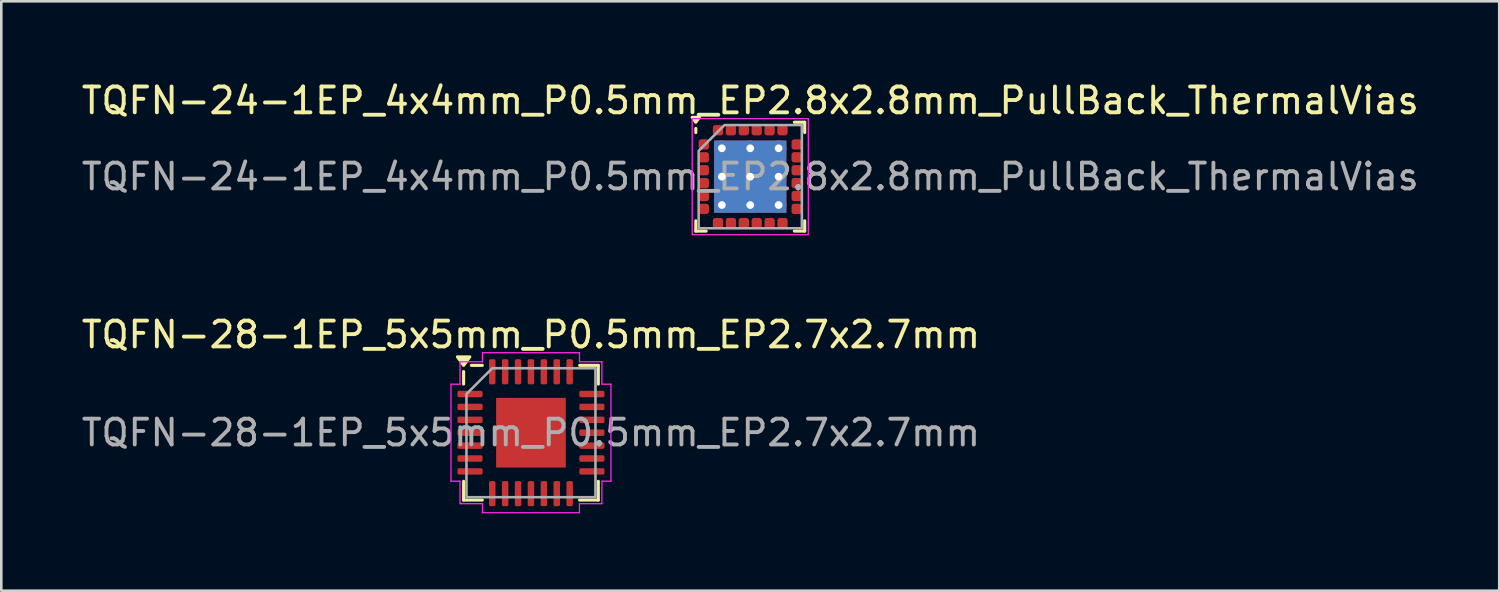
<source format=kicad_pcb>
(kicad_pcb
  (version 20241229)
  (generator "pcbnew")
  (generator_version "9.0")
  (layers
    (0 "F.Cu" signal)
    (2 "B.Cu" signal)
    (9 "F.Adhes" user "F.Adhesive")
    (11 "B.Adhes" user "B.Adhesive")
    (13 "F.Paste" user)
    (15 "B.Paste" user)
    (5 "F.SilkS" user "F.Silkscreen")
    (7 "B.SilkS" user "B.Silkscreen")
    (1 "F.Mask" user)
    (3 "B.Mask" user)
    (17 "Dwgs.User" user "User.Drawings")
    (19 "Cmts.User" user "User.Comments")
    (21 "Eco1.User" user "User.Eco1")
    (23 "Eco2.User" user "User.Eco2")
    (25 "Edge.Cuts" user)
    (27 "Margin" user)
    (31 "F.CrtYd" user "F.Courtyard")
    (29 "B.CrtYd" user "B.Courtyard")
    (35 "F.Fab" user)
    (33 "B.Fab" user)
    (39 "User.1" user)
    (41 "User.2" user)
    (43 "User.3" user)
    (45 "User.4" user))
  (footprint "TQFN-28-1EP_5x5mm_P0.5mm_EP2.7x2.7mm"
    (layer "F.Cu")
    (at 17.53 13.722)
    (property "Reference" "TQFN-28-1EP_5x5mm_P0.5mm_EP2.7x2.7mm" (at 0 -3.8 0) (layer "F.SilkS") (effects (font (size 1 1) (thickness 0.15))))
    (attr smd)
    (fp_line (start -2.61 -1.885) (end -2.61 -2.37) (stroke (width 0.12) (type solid)) (layer "F.SilkS"))
    (fp_line (start -2.61 2.61) (end -2.61 1.885) (stroke (width 0.12) (type solid)) (layer "F.SilkS"))
    (fp_line (start -1.885 -2.61) (end -2.31 -2.61) (stroke (width 0.12) (type solid)) (layer "F.SilkS"))
    (fp_line (start -1.885 2.61) (end -2.61 2.61) (stroke (width 0.12) (type solid)) (layer "F.SilkS"))
    (fp_line (start 1.885 -2.61) (end 2.61 -2.61) (stroke (width 0.12) (type solid)) (layer "F.SilkS"))
    (fp_line (start 1.885 2.61) (end 2.61 2.61) (stroke (width 0.12) (type solid)) (layer "F.SilkS"))
    (fp_line (start 2.61 -2.61) (end 2.61 -1.885) (stroke (width 0.12) (type solid)) (layer "F.SilkS"))
    (fp_line (start 2.61 2.61) (end 2.61 1.885) (stroke (width 0.12) (type solid)) (layer "F.SilkS"))
    (fp_poly (pts (xy -2.61 -2.61) (xy -2.85 -2.94) (xy -2.37 -2.94)) (stroke (width 0.12) (type solid)) (fill yes) (layer "F.SilkS"))
    (fp_line (start -3.1 -1.88) (end -2.75 -1.88) (stroke (width 0.05) (type solid)) (layer "F.CrtYd"))
    (fp_line (start -3.1 1.88) (end -3.1 -1.88) (stroke (width 0.05) (type solid)) (layer "F.CrtYd"))
    (fp_line (start -2.75 -2.75) (end -1.88 -2.75) (stroke (width 0.05) (type solid)) (layer "F.CrtYd"))
    (fp_line (start -2.75 -1.88) (end -2.75 -2.75) (stroke (width 0.05) (type solid)) (layer "F.CrtYd"))
    (fp_line (start -2.75 1.88) (end -3.1 1.88) (stroke (width 0.05) (type solid)) (layer "F.CrtYd"))
    (fp_line (start -2.75 2.75) (end -2.75 1.88) (stroke (width 0.05) (type solid)) (layer "F.CrtYd"))
    (fp_line (start -1.88 -3.1) (end 1.88 -3.1) (stroke (width 0.05) (type solid)) (layer "F.CrtYd"))
    (fp_line (start -1.88 -2.75) (end -1.88 -3.1) (stroke (width 0.05) (type solid)) (layer "F.CrtYd"))
    (fp_line (start -1.88 2.75) (end -2.75 2.75) (stroke (width 0.05) (type solid)) (layer "F.CrtYd"))
    (fp_line (start -1.88 3.1) (end -1.88 2.75) (stroke (width 0.05) (type solid)) (layer "F.CrtYd"))
    (fp_line (start 1.88 -3.1) (end 1.88 -2.75) (stroke (width 0.05) (type solid)) (layer "F.CrtYd"))
    (fp_line (start 1.88 -2.75) (end 2.75 -2.75) (stroke (width 0.05) (type solid)) (layer "F.CrtYd"))
    (fp_line (start 1.88 2.75) (end 1.88 3.1) (stroke (width 0.05) (type solid)) (layer "F.CrtYd"))
    (fp_line (start 1.88 3.1) (end -1.88 3.1) (stroke (width 0.05) (type solid)) (layer "F.CrtYd"))
    (fp_line (start 2.75 -2.75) (end 2.75 -1.88) (stroke (width 0.05) (type solid)) (layer "F.CrtYd"))
    (fp_line (start 2.75 -1.88) (end 3.1 -1.88) (stroke (width 0.05) (type solid)) (layer "F.CrtYd"))
    (fp_line (start 2.75 1.88) (end 2.75 2.75) (stroke (width 0.05) (type solid)) (layer "F.CrtYd"))
    (fp_line (start 2.75 2.75) (end 1.88 2.75) (stroke (width 0.05) (type solid)) (layer "F.CrtYd"))
    (fp_line (start 3.1 -1.88) (end 3.1 1.88) (stroke (width 0.05) (type solid)) (layer "F.CrtYd"))
    (fp_line (start 3.1 1.88) (end 2.75 1.88) (stroke (width 0.05) (type solid)) (layer "F.CrtYd"))
    (fp_poly (pts (xy -2.5 -1.5) (xy -2.5 2.5) (xy 2.5 2.5) (xy 2.5 -2.5) (xy -1.5 -2.5)) (stroke (width 0.1) (type solid)) (fill no) (layer "F.Fab"))
    (fp_text user "${REFERENCE}" (at 0 0 0) (layer "F.Fab") (effects (font (size 1 1) (thickness 0.15))))
    (pad "" smd roundrect (at -0.675 -0.675) (size 1.09 1.09) (layers "F.Paste") (roundrect_rratio 0.229))
    (pad "" smd roundrect (at -0.675 0.675) (size 1.09 1.09) (layers "F.Paste") (roundrect_rratio 0.229))
    (pad "" smd roundrect (at 0.675 -0.675) (size 1.09 1.09) (layers "F.Paste") (roundrect_rratio 0.229))
    (pad "" smd roundrect (at 0.675 0.675) (size 1.09 1.09) (layers "F.Paste") (roundrect_rratio 0.229))
    (pad "1" smd roundrect (at -2.362 -1.5) (size 0.975 0.25) (layers "F.Cu" "F.Mask" "F.Paste") (roundrect_rratio 0.25))
    (pad "2" smd roundrect (at -2.362 -1) (size 0.975 0.25) (layers "F.Cu" "F.Mask" "F.Paste") (roundrect_rratio 0.25))
    (pad "3" smd roundrect (at -2.362 -0.5) (size 0.975 0.25) (layers "F.Cu" "F.Mask" "F.Paste") (roundrect_rratio 0.25))
    (pad "4" smd roundrect (at -2.362 0) (size 0.975 0.25) (layers "F.Cu" "F.Mask" "F.Paste") (roundrect_rratio 0.25))
    (pad "5" smd roundrect (at -2.362 0.5) (size 0.975 0.25) (layers "F.Cu" "F.Mask" "F.Paste") (roundrect_rratio 0.25))
    (pad "6" smd roundrect (at -2.362 1) (size 0.975 0.25) (layers "F.Cu" "F.Mask" "F.Paste") (roundrect_rratio 0.25))
    (pad "7" smd roundrect (at -2.362 1.5) (size 0.975 0.25) (layers "F.Cu" "F.Mask" "F.Paste") (roundrect_rratio 0.25))
    (pad "8" smd roundrect (at -1.5 2.362) (size 0.25 0.975) (layers "F.Cu" "F.Mask" "F.Paste") (roundrect_rratio 0.25))
    (pad "9" smd roundrect (at -1 2.362) (size 0.25 0.975) (layers "F.Cu" "F.Mask" "F.Paste") (roundrect_rratio 0.25))
    (pad "10" smd roundrect (at -0.5 2.362) (size 0.25 0.975) (layers "F.Cu" "F.Mask" "F.Paste") (roundrect_rratio 0.25))
    (pad "11" smd roundrect (at 0 2.362) (size 0.25 0.975) (layers "F.Cu" "F.Mask" "F.Paste") (roundrect_rratio 0.25))
    (pad "12" smd roundrect (at 0.5 2.362) (size 0.25 0.975) (layers "F.Cu" "F.Mask" "F.Paste") (roundrect_rratio 0.25))
    (pad "13" smd roundrect (at 1 2.362) (size 0.25 0.975) (layers "F.Cu" "F.Mask" "F.Paste") (roundrect_rratio 0.25))
    (pad "14" smd roundrect (at 1.5 2.362) (size 0.25 0.975) (layers "F.Cu" "F.Mask" "F.Paste") (roundrect_rratio 0.25))
    (pad "15" smd roundrect (at 2.362 1.5) (size 0.975 0.25) (layers "F.Cu" "F.Mask" "F.Paste") (roundrect_rratio 0.25))
    (pad "16" smd roundrect (at 2.362 1) (size 0.975 0.25) (layers "F.Cu" "F.Mask" "F.Paste") (roundrect_rratio 0.25))
    (pad "17" smd roundrect (at 2.362 0.5) (size 0.975 0.25) (layers "F.Cu" "F.Mask" "F.Paste") (roundrect_rratio 0.25))
    (pad "18" smd roundrect (at 2.362 0) (size 0.975 0.25) (layers "F.Cu" "F.Mask" "F.Paste") (roundrect_rratio 0.25))
    (pad "19" smd roundrect (at 2.362 -0.5) (size 0.975 0.25) (layers "F.Cu" "F.Mask" "F.Paste") (roundrect_rratio 0.25))
    (pad "20" smd roundrect (at 2.362 -1) (size 0.975 0.25) (layers "F.Cu" "F.Mask" "F.Paste") (roundrect_rratio 0.25))
    (pad "21" smd roundrect (at 2.362 -1.5) (size 0.975 0.25) (layers "F.Cu" "F.Mask" "F.Paste") (roundrect_rratio 0.25))
    (pad "22" smd roundrect (at 1.5 -2.362) (size 0.25 0.975) (layers "F.Cu" "F.Mask" "F.Paste") (roundrect_rratio 0.25))
    (pad "23" smd roundrect (at 1 -2.362) (size 0.25 0.975) (layers "F.Cu" "F.Mask" "F.Paste") (roundrect_rratio 0.25))
    (pad "24" smd roundrect (at 0.5 -2.362) (size 0.25 0.975) (layers "F.Cu" "F.Mask" "F.Paste") (roundrect_rratio 0.25))
    (pad "25" smd roundrect (at 0 -2.362) (size 0.25 0.975) (layers "F.Cu" "F.Mask" "F.Paste") (roundrect_rratio 0.25))
    (pad "26" smd roundrect (at -0.5 -2.362) (size 0.25 0.975) (layers "F.Cu" "F.Mask" "F.Paste") (roundrect_rratio 0.25))
    (pad "27" smd roundrect (at -1 -2.362) (size 0.25 0.975) (layers "F.Cu" "F.Mask" "F.Paste") (roundrect_rratio 0.25))
    (pad "28" smd roundrect (at -1.5 -2.362) (size 0.25 0.975) (layers "F.Cu" "F.Mask" "F.Paste") (roundrect_rratio 0.25))
    (pad "29" smd rect (at 0 0) (size 2.7 2.7) (property pad_prop_heatsink) (layers "F.Cu" "F.Mask")))
  (footprint "TQFN-24-1EP_4x4mm_P0.5mm_EP2.8x2.8mm_PullBack_ThermalVias"
    (layer "F.Cu")
    (at 26.03 3.798)
    (property "Reference" "TQFN-24-1EP_4x4mm_P0.5mm_EP2.8x2.8mm_PullBack_ThermalVias" (at 0 -2.95 0) (layer "F.SilkS") (effects (font (size 1 1) (thickness 0.15))))
    (attr smd)
    (fp_line (start -2.11 -1.71) (end -2.11 -1.87) (stroke (width 0.12) (type solid)) (layer "F.SilkS"))
    (fp_line (start -2.11 2.11) (end -2.11 1.71) (stroke (width 0.12) (type solid)) (layer "F.SilkS"))
    (fp_line (start -1.71 2.11) (end -2.11 2.11) (stroke (width 0.12) (type solid)) (layer "F.SilkS"))
    (fp_line (start 1.71 -2.11) (end 2.11 -2.11) (stroke (width 0.12) (type solid)) (layer "F.SilkS"))
    (fp_line (start 1.71 2.11) (end 2.11 2.11) (stroke (width 0.12) (type solid)) (layer "F.SilkS"))
    (fp_line (start 2.11 -2.11) (end 2.11 -1.71) (stroke (width 0.12) (type solid)) (layer "F.SilkS"))
    (fp_line (start 2.11 2.11) (end 2.11 1.71) (stroke (width 0.12) (type solid)) (layer "F.SilkS"))
    (fp_poly (pts (xy -2.11 -2.11) (xy -2.25 -2.3) (xy -1.97 -2.3)) (stroke (width 0.12) (type solid)) (fill yes) (layer "F.SilkS"))
    (fp_rect (start 2.25 2.25) (end -2.25 -2.25) (stroke (width 0.05) (type solid)) (fill no) (layer "F.CrtYd"))
    (fp_poly (pts (xy -2 -1) (xy -2 2) (xy 2 2) (xy 2 -2) (xy -1 -2)) (stroke (width 0.1) (type solid)) (fill no) (layer "F.Fab"))
    (fp_text user "${REFERENCE}" (at 0 0 0) (layer "F.Fab") (effects (font (size 1 1) (thickness 0.15))))
    (pad "" smd roundrect (at -0.7 -0.7) (size 1.13 1.13) (layers "F.Paste") (roundrect_rratio 0.221))
    (pad "" smd roundrect (at -0.7 0.7) (size 1.13 1.13) (layers "F.Paste") (roundrect_rratio 0.221))
    (pad "" smd roundrect (at 0.7 -0.7) (size 1.13 1.13) (layers "F.Paste") (roundrect_rratio 0.221))
    (pad "" smd roundrect (at 0.7 0.7) (size 1.13 1.13) (layers "F.Paste") (roundrect_rratio 0.221))
    (pad "1" smd roundrect (at -1.8 -1.25) (size 0.4 0.4) (layers "F.Cu" "F.Mask" "F.Paste") (roundrect_rratio 0.25))
    (pad "2" smd roundrect (at -1.8 -0.75) (size 0.4 0.4) (layers "F.Cu" "F.Mask" "F.Paste") (roundrect_rratio 0.25))
    (pad "3" smd roundrect (at -1.8 -0.25) (size 0.4 0.4) (layers "F.Cu" "F.Mask" "F.Paste") (roundrect_rratio 0.25))
    (pad "4" smd roundrect (at -1.8 0.25) (size 0.4 0.4) (layers "F.Cu" "F.Mask" "F.Paste") (roundrect_rratio 0.25))
    (pad "5" smd roundrect (at -1.8 0.75) (size 0.4 0.4) (layers "F.Cu" "F.Mask" "F.Paste") (roundrect_rratio 0.25))
    (pad "6" smd roundrect (at -1.8 1.25) (size 0.4 0.4) (layers "F.Cu" "F.Mask" "F.Paste") (roundrect_rratio 0.25))
    (pad "7" smd roundrect (at -1.25 1.8) (size 0.4 0.4) (layers "F.Cu" "F.Mask" "F.Paste") (roundrect_rratio 0.25))
    (pad "8" smd roundrect (at -0.75 1.8) (size 0.4 0.4) (layers "F.Cu" "F.Mask" "F.Paste") (roundrect_rratio 0.25))
    (pad "9" smd roundrect (at -0.25 1.8) (size 0.4 0.4) (layers "F.Cu" "F.Mask" "F.Paste") (roundrect_rratio 0.25))
    (pad "10" smd roundrect (at 0.25 1.8) (size 0.4 0.4) (layers "F.Cu" "F.Mask" "F.Paste") (roundrect_rratio 0.25))
    (pad "11" smd roundrect (at 0.75 1.8) (size 0.4 0.4) (layers "F.Cu" "F.Mask" "F.Paste") (roundrect_rratio 0.25))
    (pad "12" smd roundrect (at 1.25 1.8) (size 0.4 0.4) (layers "F.Cu" "F.Mask" "F.Paste") (roundrect_rratio 0.25))
    (pad "13" smd roundrect (at 1.8 1.25) (size 0.4 0.4) (layers "F.Cu" "F.Mask" "F.Paste") (roundrect_rratio 0.25))
    (pad "14" smd roundrect (at 1.8 0.75) (size 0.4 0.4) (layers "F.Cu" "F.Mask" "F.Paste") (roundrect_rratio 0.25))
    (pad "15" smd roundrect (at 1.8 0.25) (size 0.4 0.4) (layers "F.Cu" "F.Mask" "F.Paste") (roundrect_rratio 0.25))
    (pad "16" smd roundrect (at 1.8 -0.25) (size 0.4 0.4) (layers "F.Cu" "F.Mask" "F.Paste") (roundrect_rratio 0.25))
    (pad "17" smd roundrect (at 1.8 -0.75) (size 0.4 0.4) (layers "F.Cu" "F.Mask" "F.Paste") (roundrect_rratio 0.25))
    (pad "18" smd roundrect (at 1.8 -1.25) (size 0.4 0.4) (layers "F.Cu" "F.Mask" "F.Paste") (roundrect_rratio 0.25))
    (pad "19" smd roundrect (at 1.25 -1.8) (size 0.4 0.4) (layers "F.Cu" "F.Mask" "F.Paste") (roundrect_rratio 0.25))
    (pad "20" smd roundrect (at 0.75 -1.8) (size 0.4 0.4) (layers "F.Cu" "F.Mask" "F.Paste") (roundrect_rratio 0.25))
    (pad "21" smd roundrect (at 0.25 -1.8) (size 0.4 0.4) (layers "F.Cu" "F.Mask" "F.Paste") (roundrect_rratio 0.25))
    (pad "22" smd roundrect (at -0.25 -1.8) (size 0.4 0.4) (layers "F.Cu" "F.Mask" "F.Paste") (roundrect_rratio 0.25))
    (pad "23" smd roundrect (at -0.75 -1.8) (size 0.4 0.4) (layers "F.Cu" "F.Mask" "F.Paste") (roundrect_rratio 0.25))
    (pad "24" smd roundrect (at -1.25 -1.8) (size 0.4 0.4) (layers "F.Cu" "F.Mask" "F.Paste") (roundrect_rratio 0.25))
    (pad "25" thru_hole circle (at -1.1 -1.1) (size 0.6 0.6) (drill 0.3) (property pad_prop_heatsink) (layers "*.Cu"))
    (pad "25" thru_hole circle (at -1.1 0) (size 0.6 0.6) (drill 0.3) (property pad_prop_heatsink) (layers "*.Cu"))
    (pad "25" thru_hole circle (at -1.1 1.1) (size 0.6 0.6) (drill 0.3) (property pad_prop_heatsink) (layers "*.Cu"))
    (pad "25" thru_hole circle (at 0 -1.1) (size 0.6 0.6) (drill 0.3) (property pad_prop_heatsink) (layers "*.Cu"))
    (pad "25" thru_hole circle (at 0 0) (size 0.6 0.6) (drill 0.3) (property pad_prop_heatsink) (layers "*.Cu"))
    (pad "25" smd rect (at 0 0) (size 2.8 2.8) (property pad_prop_heatsink) (layers "F.Cu" "F.Mask"))
    (pad "25" smd rect (at 0 0) (size 2.8 2.8) (property pad_prop_heatsink) (layers "B.Cu"))
    (pad "25" thru_hole circle (at 0 1.1) (size 0.6 0.6) (drill 0.3) (property pad_prop_heatsink) (layers "*.Cu"))
    (pad "25" thru_hole circle (at 1.1 -1.1) (size 0.6 0.6) (drill 0.3) (property pad_prop_heatsink) (layers "*.Cu"))
    (pad "25" thru_hole circle (at 1.1 0) (size 0.6 0.6) (drill 0.3) (property pad_prop_heatsink) (layers "*.Cu"))
    (pad "25" thru_hole circle (at 1.1 1.1) (size 0.6 0.6) (drill 0.3) (property pad_prop_heatsink) (layers "*.Cu")))
  (gr_rect
    (start -3 -3)
    (end 55.06 19.846)
    (stroke (width 0.1) (type default))
    (fill no)
    (layer "Edge.Cuts")))
</source>
